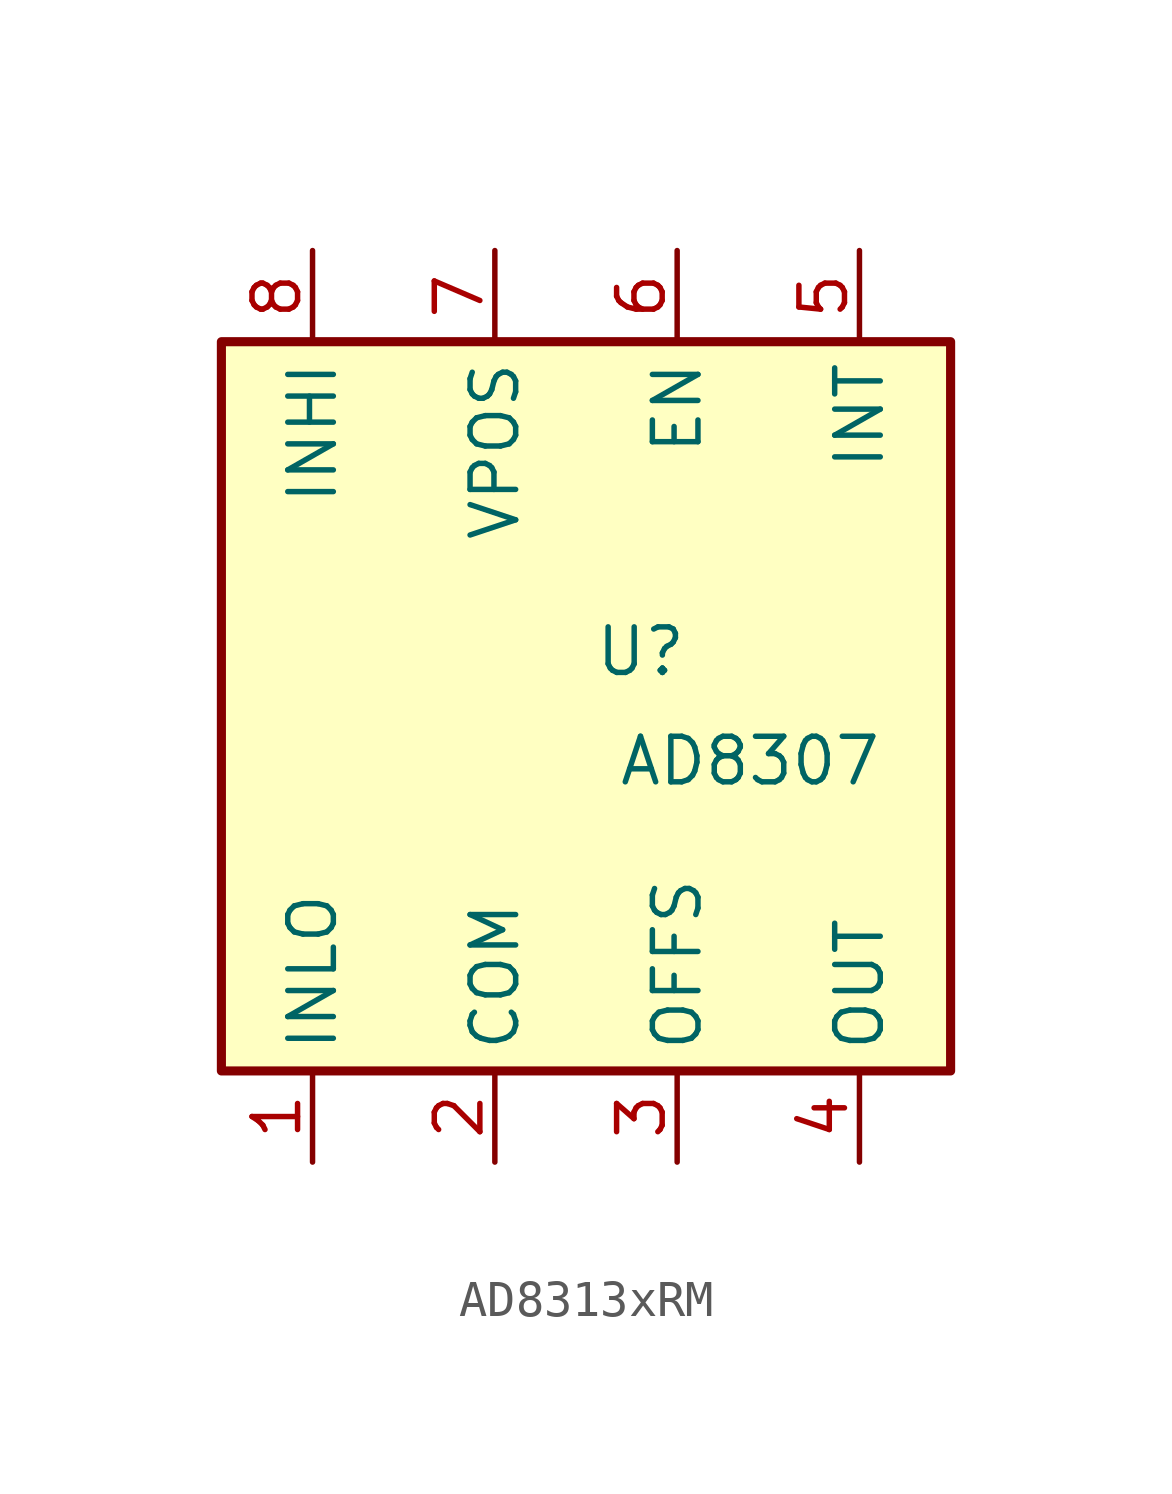
<source format=kicad_sym>
(kicad_symbol_lib
  (version 20231120)
  (generator "kicad_symbol_editor")
  (generator_version "8.0")
  (symbol "AD8313xRM"
    (property "Reference" "U"
      (at 1.524 1.524 0)
      (effects (font (size 1.27 1.27))))
    (property "Value" "AD8307"
      (at 4.572 -1.524 0)
      (effects (font (size 1.27 1.27))))
    (symbol "AD8313xRM_0_1"
      (rectangle (start -10.16 10.16) (end 10.16 -10.16) (stroke (width 0.254) (type default)) (fill (type background))))
    (symbol "AD8313xRM_1_1"
      (pin input line (at -7.62 -12.7 90) (length 2.54) (name "INLO" (effects (font (size 1.27 1.27)))) (number "1" (effects (font (size 1.27 1.27)))))
      (pin power_in line (at -2.54 -12.7 90) (length 2.54) (name "COM" (effects (font (size 1.27 1.27)))) (number "2" (effects (font (size 1.27 1.27)))))
      (pin input line (at 2.54 -12.7 90) (length 2.54) (name "OFFS" (effects (font (size 1.27 1.27)))) (number "3" (effects (font (size 1.27 1.27)))))
      (pin output line (at 7.62 -12.7 90) (length 2.54) (name "OUT" (effects (font (size 1.27 1.27)))) (number "4" (effects (font (size 1.27 1.27)))))
      (pin input line (at 7.62 12.7 270) (length 2.54) (name "INT" (effects (font (size 1.27 1.27)))) (number "5" (effects (font (size 1.27 1.27)))))
      (pin input line (at 2.54 12.7 270) (length 2.54) (name "EN" (effects (font (size 1.27 1.27)))) (number "6" (effects (font (size 1.27 1.27)))))
      (pin power_in line (at -2.54 12.7 270) (length 2.54) (name "VPOS" (effects (font (size 1.27 1.27)))) (number "7" (effects (font (size 1.27 1.27)))))
      (pin input line (at -7.62 12.7 270) (length 2.54) (name "INHI" (effects (font (size 1.27 1.27)))) (number "8" (effects (font (size 1.27 1.27))))))))
</source>
